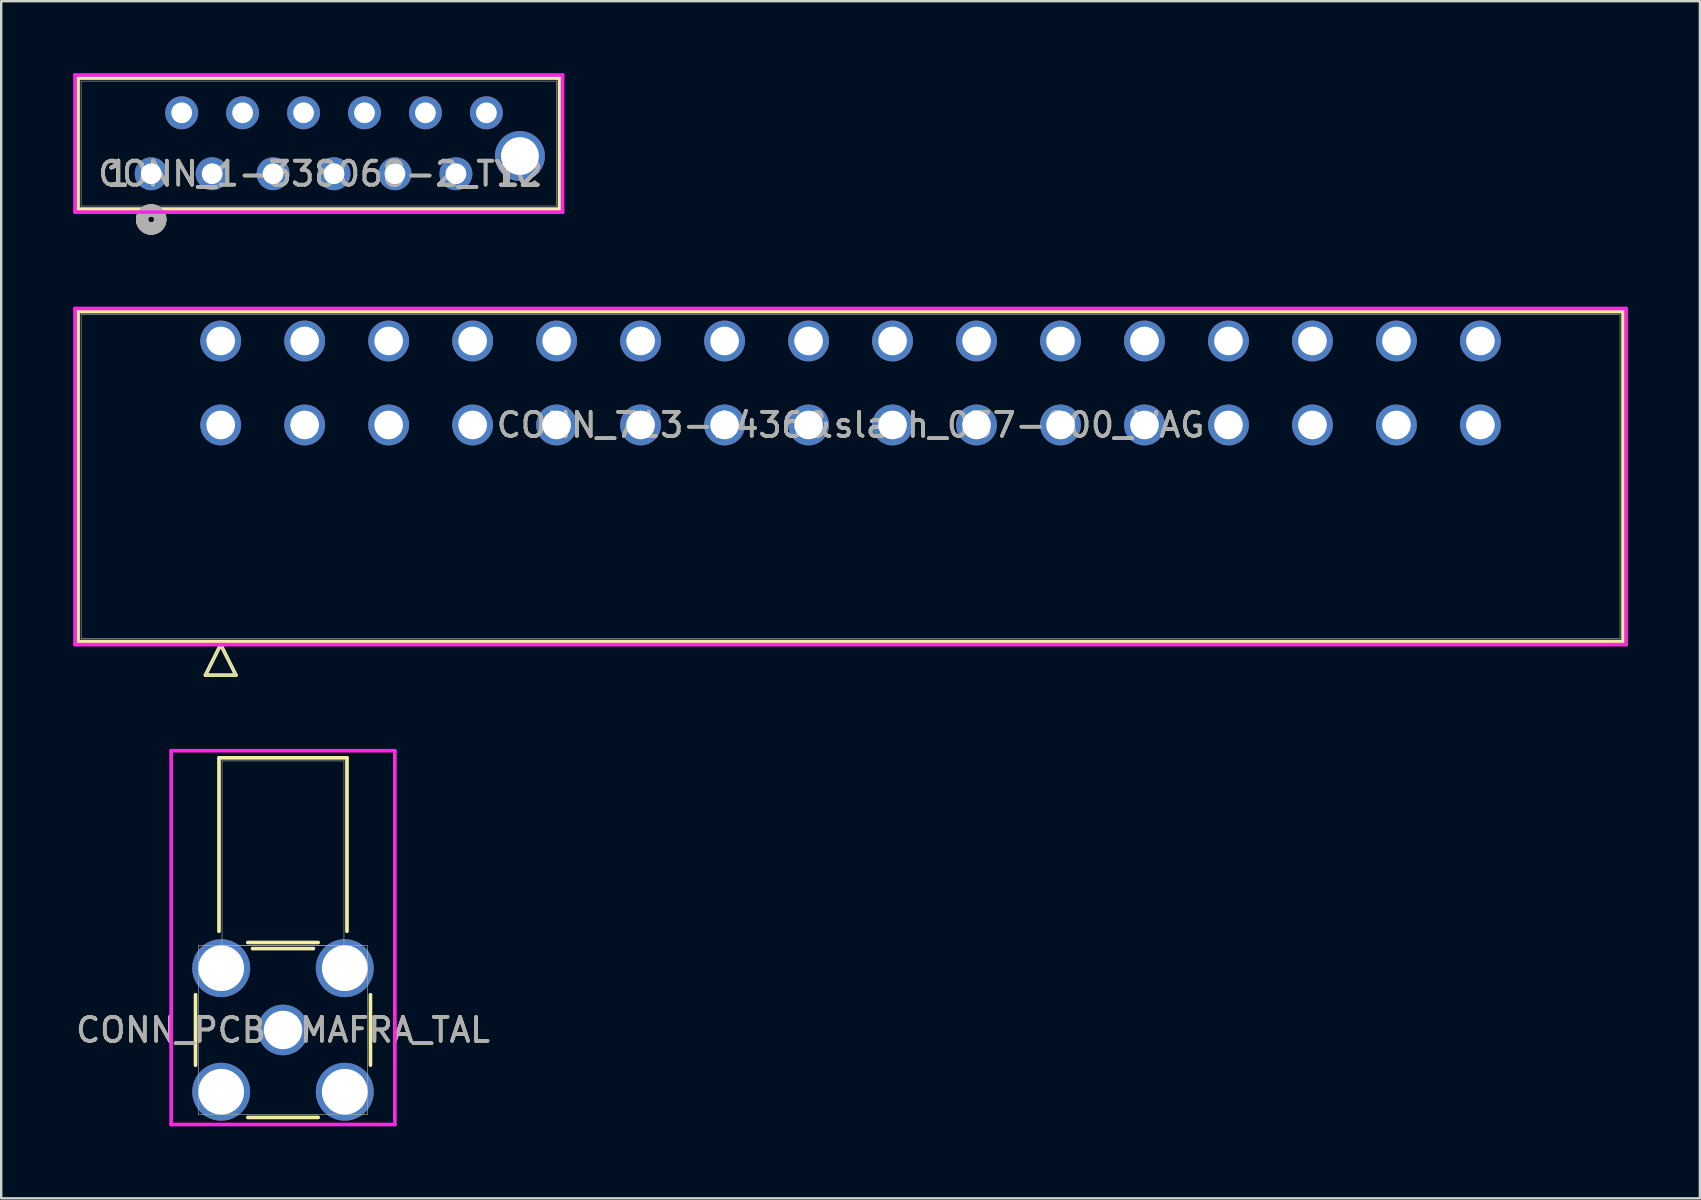
<source format=kicad_pcb>
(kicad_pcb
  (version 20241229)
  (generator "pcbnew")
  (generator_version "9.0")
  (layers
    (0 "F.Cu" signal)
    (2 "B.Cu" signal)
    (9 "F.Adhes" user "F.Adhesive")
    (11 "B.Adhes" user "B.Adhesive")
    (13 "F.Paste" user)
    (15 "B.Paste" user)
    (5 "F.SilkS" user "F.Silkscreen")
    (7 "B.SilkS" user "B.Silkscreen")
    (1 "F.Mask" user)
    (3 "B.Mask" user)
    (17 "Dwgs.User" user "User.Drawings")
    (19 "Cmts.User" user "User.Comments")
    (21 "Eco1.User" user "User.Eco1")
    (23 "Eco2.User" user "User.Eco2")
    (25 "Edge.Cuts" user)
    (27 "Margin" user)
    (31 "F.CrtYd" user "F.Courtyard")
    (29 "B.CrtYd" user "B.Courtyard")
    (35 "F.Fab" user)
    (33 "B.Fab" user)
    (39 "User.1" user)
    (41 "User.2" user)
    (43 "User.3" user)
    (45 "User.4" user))
  (footprint "CONN_PCB.SMAFRA_TAL"
    (layer "F.Cu")
    (at 8.744 39.875)
    (property "Reference" "CONN_PCB.SMAFRA_TAL" (at 0 0 0) (unlocked yes) (layer "F.SilkS") (effects (font (size 1 1) (thickness 0.15))))
    (attr through_hole)
    (fp_line (start -3.645 -1.468) (end -3.645 1.468) (stroke (width 0.152) (type solid)) (layer "F.SilkS"))
    (fp_line (start -2.667 -11.341) (end -2.667 -4.112) (stroke (width 0.152) (type solid)) (layer "F.SilkS"))
    (fp_line (start -1.468 3.645) (end 1.468 3.645) (stroke (width 0.152) (type solid)) (layer "F.SilkS"))
    (fp_line (start -1.27 -3.391) (end 1.27 -3.391) (stroke (width 0.152) (type solid)) (layer "F.SilkS"))
    (fp_line (start 1.468 -3.645) (end -1.468 -3.645) (stroke (width 0.152) (type solid)) (layer "F.SilkS"))
    (fp_line (start 2.667 -11.341) (end -2.667 -11.341) (stroke (width 0.152) (type solid)) (layer "F.SilkS"))
    (fp_line (start 2.667 -4.112) (end 2.667 -11.341) (stroke (width 0.152) (type solid)) (layer "F.SilkS"))
    (fp_line (start 3.645 1.468) (end 3.645 -1.468) (stroke (width 0.152) (type solid)) (layer "F.SilkS"))
    (fp_line (start -4.661 -11.637) (end 4.661 -11.637) (stroke (width 0.152) (type solid)) (layer "F.CrtYd"))
    (fp_line (start -4.661 3.941) (end -4.661 -11.637) (stroke (width 0.152) (type solid)) (layer "F.CrtYd"))
    (fp_line (start 4.661 -11.637) (end 4.661 3.941) (stroke (width 0.152) (type solid)) (layer "F.CrtYd"))
    (fp_line (start 4.661 3.941) (end -4.661 3.941) (stroke (width 0.152) (type solid)) (layer "F.CrtYd"))
    (fp_line (start -3.518 -3.518) (end -3.518 3.518) (stroke (width 0.025) (type solid)) (layer "F.Fab"))
    (fp_line (start -3.518 3.518) (end 3.518 3.518) (stroke (width 0.025) (type solid)) (layer "F.Fab"))
    (fp_line (start -2.54 -11.214) (end -2.54 -3.518) (stroke (width 0.025) (type solid)) (layer "F.Fab"))
    (fp_line (start -2.54 -3.518) (end 2.54 -3.518) (stroke (width 0.025) (type solid)) (layer "F.Fab"))
    (fp_line (start 2.54 -11.214) (end -2.54 -11.214) (stroke (width 0.025) (type solid)) (layer "F.Fab"))
    (fp_line (start 2.54 -3.518) (end 2.54 -11.214) (stroke (width 0.025) (type solid)) (layer "F.Fab"))
    (fp_line (start 3.518 -3.518) (end -3.518 -3.518) (stroke (width 0.025) (type solid)) (layer "F.Fab"))
    (fp_line (start 3.518 3.518) (end 3.518 -3.518) (stroke (width 0.025) (type solid)) (layer "F.Fab"))
    (fp_circle (center 3.137 0) (end 3.137 0) (stroke (width 0.025) (type solid)) (fill no) (layer "F.Fab"))
    (fp_text user "${REFERENCE}" (at 0 0 0) (unlocked yes) (layer "F.Fab") (effects (font (size 1 1) (thickness 0.15))))
    (pad "1" thru_hole circle (at 0 0) (size 2.108 2.108) (drill 1.6) (layers "*.Cu" "*.Mask"))
    (pad "2" thru_hole circle (at -2.575 -2.575) (size 2.413 2.413) (drill 1.905) (layers "*.Cu" "*.Mask"))
    (pad "3" thru_hole circle (at -2.575 2.575) (size 2.413 2.413) (drill 1.905) (layers "*.Cu" "*.Mask"))
    (pad "4" thru_hole circle (at 2.575 2.575) (size 2.413 2.413) (drill 1.905) (layers "*.Cu" "*.Mask"))
    (pad "5" thru_hole circle (at 2.575 -2.575) (size 2.413 2.413) (drill 1.905) (layers "*.Cu" "*.Mask")))
  (footprint "CONN_713-1436&slash_037-000_WAG"
    (layer "F.Cu")
    (at 6.148 14.661)
    (property "Reference" "CONN_713-1436&slash_037-000_WAG" (at 26.25 0 0) (unlocked yes) (layer "F.SilkS") (effects (font (size 1 1) (thickness 0.15))))
    (attr through_hole)
    (fp_line (start -5.944 -4.727) (end -5.944 9.027) (stroke (width 0.152) (type solid)) (layer "F.SilkS"))
    (fp_line (start -5.944 9.027) (end 58.445 9.027) (stroke (width 0.152) (type solid)) (layer "F.SilkS"))
    (fp_line (start -0.635 10.424) (end 0.635 10.424) (stroke (width 0.152) (type solid)) (layer "F.SilkS"))
    (fp_line (start -0.000006 9.154) (end -0.635 10.424) (stroke (width 0.152) (type solid)) (layer "F.SilkS"))
    (fp_line (start 0.635 10.424) (end -0.000006 9.154) (stroke (width 0.152) (type solid)) (layer "F.SilkS"))
    (fp_line (start 58.445 -4.727) (end -5.944 -4.727) (stroke (width 0.152) (type solid)) (layer "F.SilkS"))
    (fp_line (start 58.445 9.027) (end 58.445 -4.727) (stroke (width 0.152) (type solid)) (layer "F.SilkS"))
    (fp_line (start -6.071 -4.854) (end -6.071 9.154) (stroke (width 0.152) (type solid)) (layer "F.CrtYd"))
    (fp_line (start -6.071 9.154) (end 58.572 9.154) (stroke (width 0.152) (type solid)) (layer "F.CrtYd"))
    (fp_line (start 58.572 -4.854) (end -6.071 -4.854) (stroke (width 0.152) (type solid)) (layer "F.CrtYd"))
    (fp_line (start 58.572 9.154) (end 58.572 -4.854) (stroke (width 0.152) (type solid)) (layer "F.CrtYd"))
    (fp_line (start -5.817 -4.6) (end -5.817 8.9) (stroke (width 0.025) (type solid)) (layer "F.Fab"))
    (fp_line (start -5.817 8.9) (end 58.318 8.9) (stroke (width 0.025) (type solid)) (layer "F.Fab"))
    (fp_line (start -0.635 10.424) (end 0.635 10.424) (stroke (width 0.025) (type solid)) (layer "F.Fab"))
    (fp_line (start -0.000006 9.154) (end -0.635 10.424) (stroke (width 0.025) (type solid)) (layer "F.Fab"))
    (fp_line (start 0.635 10.424) (end -0.000006 9.154) (stroke (width 0.025) (type solid)) (layer "F.Fab"))
    (fp_line (start 58.318 -4.6) (end -5.817 -4.6) (stroke (width 0.025) (type solid)) (layer "F.Fab"))
    (fp_line (start 58.318 8.9) (end 58.318 -4.6) (stroke (width 0.025) (type solid)) (layer "F.Fab"))
    (fp_text user "${REFERENCE}" (at 26.25 0 0) (unlocked yes) (layer "F.Fab") (effects (font (size 1 1) (thickness 0.15))))
    (pad "1" thru_hole circle (at 0.000001 0) (size 1.702 1.702) (drill 1.194) (layers "*.Cu" "*.Mask"))
    (pad "2" thru_hole circle (at 3.5 0) (size 1.702 1.702) (drill 1.194) (layers "*.Cu" "*.Mask"))
    (pad "3" thru_hole circle (at 7 0) (size 1.702 1.702) (drill 1.194) (layers "*.Cu" "*.Mask"))
    (pad "4" thru_hole circle (at 10.5 0) (size 1.702 1.702) (drill 1.194) (layers "*.Cu" "*.Mask"))
    (pad "5" thru_hole circle (at 14 0) (size 1.702 1.702) (drill 1.194) (layers "*.Cu" "*.Mask"))
    (pad "6" thru_hole circle (at 17.5 0) (size 1.702 1.702) (drill 1.194) (layers "*.Cu" "*.Mask"))
    (pad "7" thru_hole circle (at 21 0) (size 1.702 1.702) (drill 1.194) (layers "*.Cu" "*.Mask"))
    (pad "8" thru_hole circle (at 24.5 0) (size 1.702 1.702) (drill 1.194) (layers "*.Cu" "*.Mask"))
    (pad "9" thru_hole circle (at 28 0) (size 1.702 1.702) (drill 1.194) (layers "*.Cu" "*.Mask"))
    (pad "10" thru_hole circle (at 31.5 0) (size 1.702 1.702) (drill 1.194) (layers "*.Cu" "*.Mask"))
    (pad "11" thru_hole circle (at 35 0) (size 1.702 1.702) (drill 1.194) (layers "*.Cu" "*.Mask"))
    (pad "12" thru_hole circle (at 38.5 0) (size 1.702 1.702) (drill 1.194) (layers "*.Cu" "*.Mask"))
    (pad "13" thru_hole circle (at 42 0) (size 1.702 1.702) (drill 1.194) (layers "*.Cu" "*.Mask"))
    (pad "14" thru_hole circle (at 45.5 0) (size 1.702 1.702) (drill 1.194) (layers "*.Cu" "*.Mask"))
    (pad "15" thru_hole circle (at 49 0) (size 1.702 1.702) (drill 1.194) (layers "*.Cu" "*.Mask"))
    (pad "16" thru_hole circle (at 52.5 0) (size 1.702 1.702) (drill 1.194) (layers "*.Cu" "*.Mask"))
    (pad "17" thru_hole circle (at 0.000001 -3.5) (size 1.702 1.702) (drill 1.194) (layers "*.Cu" "*.Mask"))
    (pad "18" thru_hole circle (at 3.5 -3.5) (size 1.702 1.702) (drill 1.194) (layers "*.Cu" "*.Mask"))
    (pad "19" thru_hole circle (at 7 -3.5) (size 1.702 1.702) (drill 1.194) (layers "*.Cu" "*.Mask"))
    (pad "20" thru_hole circle (at 10.5 -3.5) (size 1.702 1.702) (drill 1.194) (layers "*.Cu" "*.Mask"))
    (pad "21" thru_hole circle (at 14 -3.5) (size 1.702 1.702) (drill 1.194) (layers "*.Cu" "*.Mask"))
    (pad "22" thru_hole circle (at 17.5 -3.5) (size 1.702 1.702) (drill 1.194) (layers "*.Cu" "*.Mask"))
    (pad "23" thru_hole circle (at 21 -3.5) (size 1.702 1.702) (drill 1.194) (layers "*.Cu" "*.Mask"))
    (pad "24" thru_hole circle (at 24.5 -3.5) (size 1.702 1.702) (drill 1.194) (layers "*.Cu" "*.Mask"))
    (pad "25" thru_hole circle (at 28 -3.5) (size 1.702 1.702) (drill 1.194) (layers "*.Cu" "*.Mask"))
    (pad "26" thru_hole circle (at 31.5 -3.5) (size 1.702 1.702) (drill 1.194) (layers "*.Cu" "*.Mask"))
    (pad "27" thru_hole circle (at 35 -3.5) (size 1.702 1.702) (drill 1.194) (layers "*.Cu" "*.Mask"))
    (pad "28" thru_hole circle (at 38.5 -3.5) (size 1.702 1.702) (drill 1.194) (layers "*.Cu" "*.Mask"))
    (pad "29" thru_hole circle (at 42 -3.5) (size 1.702 1.702) (drill 1.194) (layers "*.Cu" "*.Mask"))
    (pad "30" thru_hole circle (at 45.5 -3.5) (size 1.702 1.702) (drill 1.194) (layers "*.Cu" "*.Mask"))
    (pad "31" thru_hole circle (at 49 -3.5) (size 1.702 1.702) (drill 1.194) (layers "*.Cu" "*.Mask"))
    (pad "32" thru_hole circle (at 52.5 -3.5) (size 1.702 1.702) (drill 1.194) (layers "*.Cu" "*.Mask")))
  (footprint "CONN_1-338068-2_TYC"
    (layer "F.Cu")
    (at 3.251 4.191)
    (property "Reference" "CONN_1-338068-2_TYC" (at 6.985 0 0) (unlocked yes) (layer "F.SilkS") (effects (font (size 1 1) (thickness 0.15))))
    (attr through_hole)
    (fp_line (start -3.048 -3.988) (end -3.048 1.473) (stroke (width 0.152) (type solid)) (layer "F.SilkS"))
    (fp_line (start -3.048 1.473) (end 17.018 1.473) (stroke (width 0.152) (type solid)) (layer "F.SilkS"))
    (fp_line (start 17.018 -3.988) (end -3.048 -3.988) (stroke (width 0.152) (type solid)) (layer "F.SilkS"))
    (fp_line (start 17.018 1.473) (end 17.018 -3.988) (stroke (width 0.152) (type solid)) (layer "F.SilkS"))
    (fp_circle (center 0 1.905) (end 0.381 1.905) (stroke (width 0.508) (type solid)) (fill no) (layer "F.SilkS"))
    (fp_circle (center 0 1.905) (end 0.381 1.905) (stroke (width 0.508) (type solid)) (fill no) (layer "B.SilkS"))
    (fp_line (start -3.175 -4.115) (end -3.175 1.6) (stroke (width 0.152) (type solid)) (layer "F.CrtYd"))
    (fp_line (start -3.175 1.6) (end 17.145 1.6) (stroke (width 0.152) (type solid)) (layer "F.CrtYd"))
    (fp_line (start 17.145 -4.115) (end -3.175 -4.115) (stroke (width 0.152) (type solid)) (layer "F.CrtYd"))
    (fp_line (start 17.145 1.6) (end 17.145 -4.115) (stroke (width 0.152) (type solid)) (layer "F.CrtYd"))
    (fp_line (start -2.921 -3.861) (end -2.921 1.346) (stroke (width 0.025) (type solid)) (layer "F.Fab"))
    (fp_line (start -2.921 1.346) (end 16.891 1.346) (stroke (width 0.025) (type solid)) (layer "F.Fab"))
    (fp_line (start 16.891 -3.861) (end -2.921 -3.861) (stroke (width 0.025) (type solid)) (layer "F.Fab"))
    (fp_line (start 16.891 1.346) (end 16.891 -3.861) (stroke (width 0.025) (type solid)) (layer "F.Fab"))
    (fp_circle (center 0 1.905) (end 0.381 1.905) (stroke (width 0.508) (type solid)) (fill no) (layer "F.Fab"))
    (fp_text user "1" (at -1.372 0 0) (unlocked yes) (layer "F.SilkS") (effects (font (size 1 1) (thickness 0.15))))
    (fp_text user "12" (at 15.342 0 0) (unlocked yes) (layer "F.SilkS") (effects (font (size 1 1) (thickness 0.15))))
    (fp_text user "12" (at 15.342 0 0) (unlocked yes) (layer "F.SilkS") (effects (font (size 1 1) (thickness 0.15))))
    (fp_text user "1" (at -1.372 0 0) (unlocked yes) (layer "F.SilkS") (effects (font (size 1 1) (thickness 0.15))))
    (fp_text user "12" (at 15.342 0 0) (unlocked yes) (layer "B.SilkS") (effects (font (size 1 1) (thickness 0.15))))
    (fp_text user "12" (at 15.342 0 0) (unlocked yes) (layer "B.SilkS") (effects (font (size 1 1) (thickness 0.15))))
    (fp_text user "1" (at -1.372 0 0) (unlocked yes) (layer "B.SilkS") (effects (font (size 1 1) (thickness 0.15))))
    (fp_text user "1" (at -1.372 0 0) (unlocked yes) (layer "B.SilkS") (effects (font (size 1 1) (thickness 0.15))))
    (fp_text user "1" (at -1.372 0 0) (unlocked yes) (layer "F.Fab") (effects (font (size 1 1) (thickness 0.15))))
    (fp_text user "12" (at 15.342 0 0) (unlocked yes) (layer "F.Fab") (effects (font (size 1 1) (thickness 0.15))))
    (fp_text user "12" (at 15.342 0 0) (unlocked yes) (layer "F.Fab") (effects (font (size 1 1) (thickness 0.15))))
    (fp_text user "1" (at -1.372 0 0) (unlocked yes) (layer "F.Fab") (effects (font (size 1 1) (thickness 0.15))))
    (fp_text user "${REFERENCE}" (at 6.985 0 0) (unlocked yes) (layer "F.Fab") (effects (font (size 1 1) (thickness 0.15))))
    (pad "1" thru_hole circle (at 0 0) (size 1.372 1.372) (drill 0.864) (layers "*.Cu" "*.Mask"))
    (pad "2" thru_hole circle (at 1.27 -2.54) (size 1.372 1.372) (drill 0.864) (layers "*.Cu" "*.Mask"))
    (pad "3" thru_hole circle (at 2.54 0) (size 1.372 1.372) (drill 0.864) (layers "*.Cu" "*.Mask"))
    (pad "4" thru_hole circle (at 3.81 -2.54) (size 1.372 1.372) (drill 0.864) (layers "*.Cu" "*.Mask"))
    (pad "5" thru_hole circle (at 5.08 0) (size 1.372 1.372) (drill 0.864) (layers "*.Cu" "*.Mask"))
    (pad "6" thru_hole circle (at 6.35 -2.54) (size 1.372 1.372) (drill 0.864) (layers "*.Cu" "*.Mask"))
    (pad "7" thru_hole circle (at 7.62 0) (size 1.372 1.372) (drill 0.864) (layers "*.Cu" "*.Mask"))
    (pad "8" thru_hole circle (at 8.89 -2.54) (size 1.372 1.372) (drill 0.864) (layers "*.Cu" "*.Mask"))
    (pad "9" thru_hole circle (at 10.16 0) (size 1.372 1.372) (drill 0.864) (layers "*.Cu" "*.Mask"))
    (pad "10" thru_hole circle (at 11.43 -2.54) (size 1.372 1.372) (drill 0.864) (layers "*.Cu" "*.Mask"))
    (pad "11" thru_hole circle (at 12.7 0) (size 1.372 1.372) (drill 0.864) (layers "*.Cu" "*.Mask"))
    (pad "12" thru_hole circle (at 13.97 -2.54) (size 1.372 1.372) (drill 0.864) (layers "*.Cu" "*.Mask"))
    (pad "13" thru_hole circle (at 15.367 -0.737) (size 2.083 2.083) (drill 1.575) (layers "*.Cu" "*.Mask")))
  (gr_rect
    (start -3 -3)
    (end 67.795 46.892)
    (stroke (width 0.1) (type default))
    (fill no)
    (layer "Edge.Cuts")))
</source>
